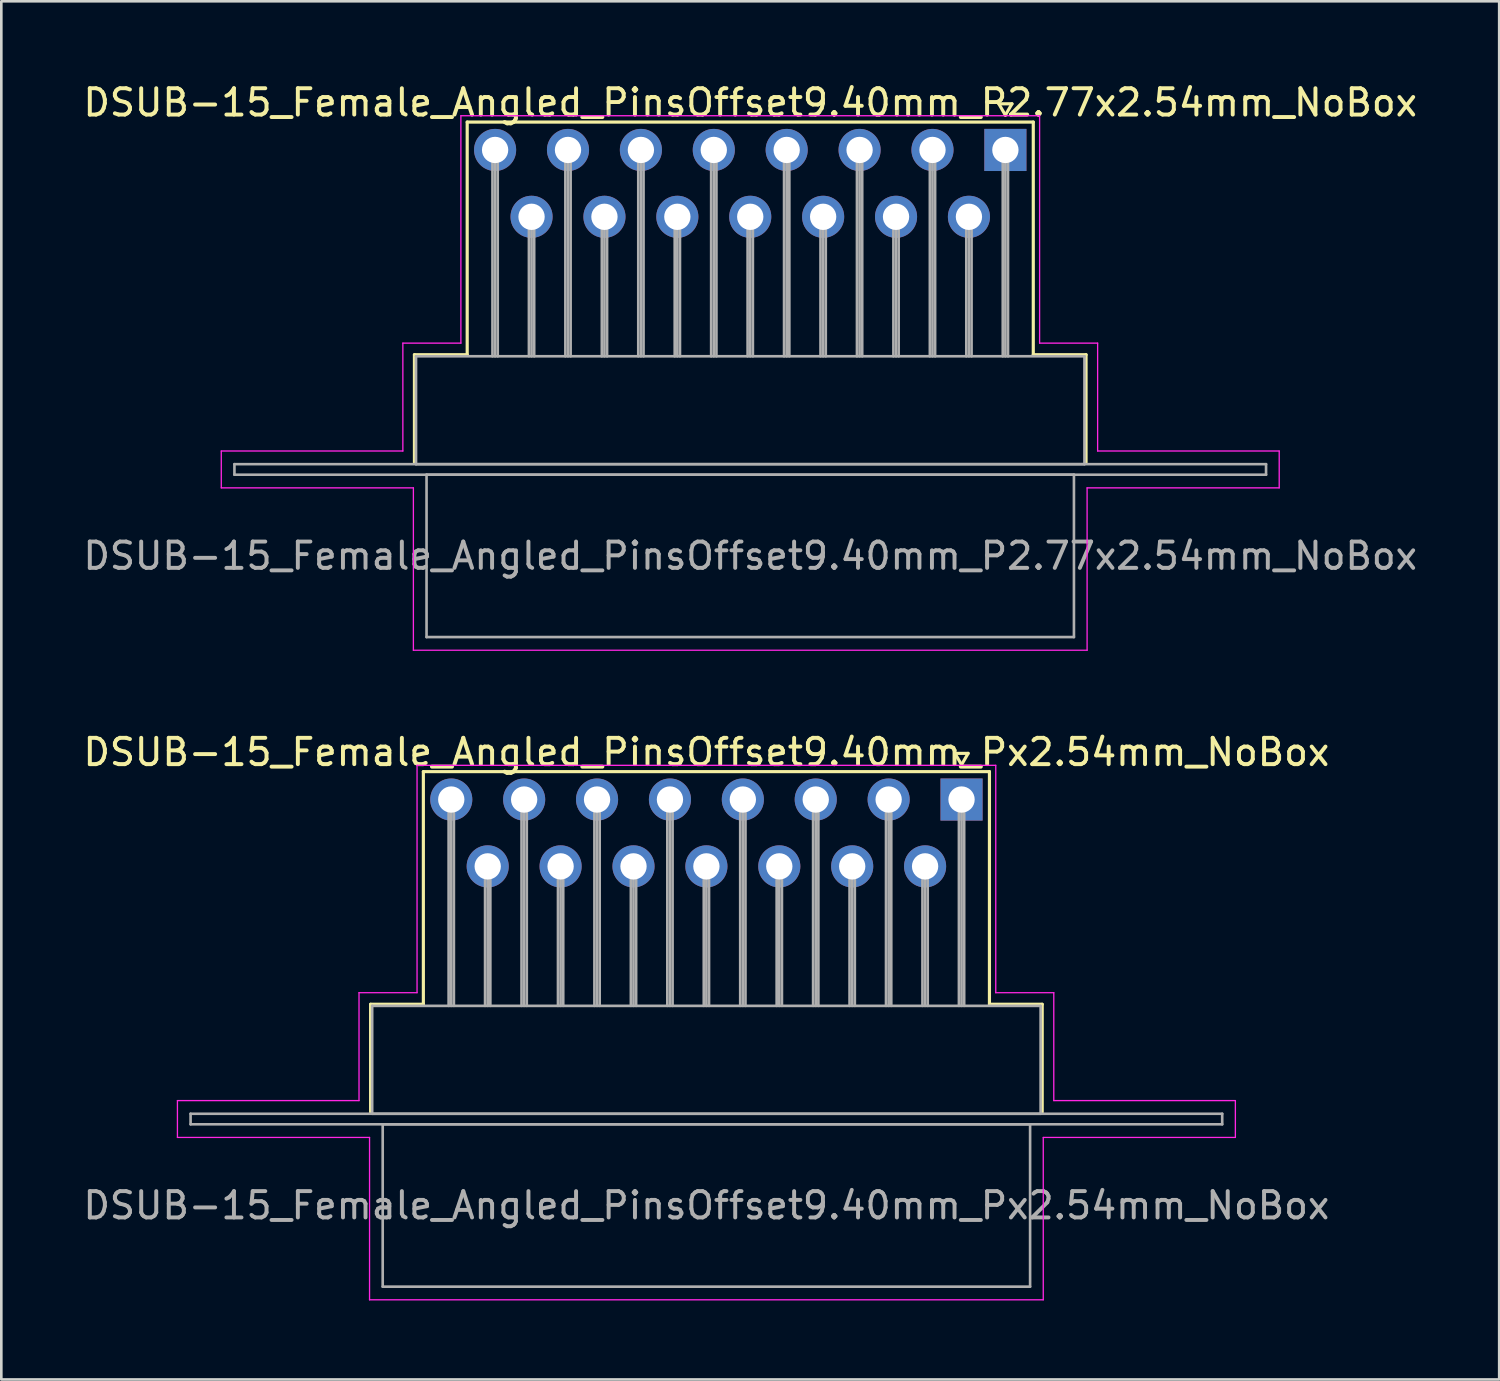
<source format=kicad_pcb>
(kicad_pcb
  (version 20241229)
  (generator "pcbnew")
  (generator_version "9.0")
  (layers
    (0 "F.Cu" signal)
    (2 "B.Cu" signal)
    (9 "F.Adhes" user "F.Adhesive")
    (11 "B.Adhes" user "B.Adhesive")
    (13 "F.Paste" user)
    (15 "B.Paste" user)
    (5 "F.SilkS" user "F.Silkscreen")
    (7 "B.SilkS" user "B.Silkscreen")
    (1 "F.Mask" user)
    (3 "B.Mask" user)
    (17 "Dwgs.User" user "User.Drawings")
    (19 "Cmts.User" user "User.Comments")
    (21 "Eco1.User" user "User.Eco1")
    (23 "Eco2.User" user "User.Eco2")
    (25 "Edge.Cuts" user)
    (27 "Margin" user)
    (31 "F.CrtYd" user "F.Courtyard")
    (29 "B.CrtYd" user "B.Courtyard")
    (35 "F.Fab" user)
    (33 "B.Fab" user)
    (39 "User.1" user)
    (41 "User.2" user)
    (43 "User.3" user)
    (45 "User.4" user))
  (footprint "DSUB-15_Female_Angled_PinsOffset9.40mm_P2.77x2.54mm_NoBox"
    (layer "F.Cu")
    (at 35.153 2.648)
    (property "Reference" "DSUB-15_Female_Angled_PinsOffset9.40mm_P2.77x2.54mm_NoBox" (at -9.695 -1.8 0) (layer "F.SilkS") (effects (font (size 1 1) (thickness 0.15))))
    (attr through_hole)
    (fp_line (start -22.455 7.78) (end -20.45 7.78) (stroke (width 0.12) (type solid)) (layer "F.SilkS"))
    (fp_line (start -22.455 11.88) (end -22.455 7.78) (stroke (width 0.12) (type solid)) (layer "F.SilkS"))
    (fp_line (start -20.45 -1.06) (end 1.06 -1.06) (stroke (width 0.12) (type solid)) (layer "F.SilkS"))
    (fp_line (start -20.45 7.78) (end -20.45 -1.06) (stroke (width 0.12) (type solid)) (layer "F.SilkS"))
    (fp_line (start -0.25 -1.754) (end 0.25 -1.754) (stroke (width 0.12) (type solid)) (layer "F.SilkS"))
    (fp_line (start 0 -1.321) (end -0.25 -1.754) (stroke (width 0.12) (type solid)) (layer "F.SilkS"))
    (fp_line (start 0.25 -1.754) (end 0 -1.321) (stroke (width 0.12) (type solid)) (layer "F.SilkS"))
    (fp_line (start 1.06 -1.06) (end 1.06 7.78) (stroke (width 0.12) (type solid)) (layer "F.SilkS"))
    (fp_line (start 1.06 7.78) (end 3.065 7.78) (stroke (width 0.12) (type solid)) (layer "F.SilkS"))
    (fp_line (start 3.065 7.78) (end 3.065 11.88) (stroke (width 0.12) (type solid)) (layer "F.SilkS"))
    (fp_line (start -29.795 11.44) (end -22.895 11.44) (stroke (width 0.05) (type solid)) (layer "F.CrtYd"))
    (fp_line (start -29.795 12.84) (end -29.795 11.44) (stroke (width 0.05) (type solid)) (layer "F.CrtYd"))
    (fp_line (start -22.895 7.34) (end -20.69 7.34) (stroke (width 0.05) (type solid)) (layer "F.CrtYd"))
    (fp_line (start -22.895 11.44) (end -22.895 7.34) (stroke (width 0.05) (type solid)) (layer "F.CrtYd"))
    (fp_line (start -22.495 12.84) (end -29.795 12.84) (stroke (width 0.05) (type solid)) (layer "F.CrtYd"))
    (fp_line (start -22.495 19.01) (end -22.495 12.84) (stroke (width 0.05) (type solid)) (layer "F.CrtYd"))
    (fp_line (start -20.69 -1.3) (end 1.3 -1.3) (stroke (width 0.05) (type solid)) (layer "F.CrtYd"))
    (fp_line (start -20.69 7.34) (end -20.69 -1.3) (stroke (width 0.05) (type solid)) (layer "F.CrtYd"))
    (fp_line (start 1.3 -1.3) (end 1.3 7.34) (stroke (width 0.05) (type solid)) (layer "F.CrtYd"))
    (fp_line (start 1.3 7.34) (end 3.505 7.34) (stroke (width 0.05) (type solid)) (layer "F.CrtYd"))
    (fp_line (start 3.105 12.84) (end 3.105 19.01) (stroke (width 0.05) (type solid)) (layer "F.CrtYd"))
    (fp_line (start 3.105 19.01) (end -22.495 19.01) (stroke (width 0.05) (type solid)) (layer "F.CrtYd"))
    (fp_line (start 3.505 7.34) (end 3.505 11.44) (stroke (width 0.05) (type solid)) (layer "F.CrtYd"))
    (fp_line (start 3.505 11.44) (end 10.405 11.44) (stroke (width 0.05) (type solid)) (layer "F.CrtYd"))
    (fp_line (start 10.405 11.44) (end 10.405 12.84) (stroke (width 0.05) (type solid)) (layer "F.CrtYd"))
    (fp_line (start 10.405 12.84) (end 3.105 12.84) (stroke (width 0.05) (type solid)) (layer "F.CrtYd"))
    (fp_line (start -29.295 11.94) (end -29.295 12.34) (stroke (width 0.1) (type solid)) (layer "F.Fab"))
    (fp_line (start -29.295 12.34) (end 9.905 12.34) (stroke (width 0.1) (type solid)) (layer "F.Fab"))
    (fp_line (start -22.395 7.84) (end -22.395 11.94) (stroke (width 0.1) (type solid)) (layer "F.Fab"))
    (fp_line (start -22.395 11.94) (end 3.005 11.94) (stroke (width 0.1) (type solid)) (layer "F.Fab"))
    (fp_line (start -21.995 12.34) (end -21.995 18.51) (stroke (width 0.1) (type solid)) (layer "F.Fab"))
    (fp_line (start -21.995 18.51) (end 2.605 18.51) (stroke (width 0.1) (type solid)) (layer "F.Fab"))
    (fp_line (start -19.49 0) (end -19.49 7.84) (stroke (width 0.1) (type solid)) (layer "F.Fab"))
    (fp_line (start -19.39 0) (end -19.39 7.84) (stroke (width 0.1) (type solid)) (layer "F.Fab"))
    (fp_line (start -19.29 0) (end -19.29 7.84) (stroke (width 0.1) (type solid)) (layer "F.Fab"))
    (fp_line (start -18.105 2.54) (end -18.105 7.84) (stroke (width 0.1) (type solid)) (layer "F.Fab"))
    (fp_line (start -18.005 2.54) (end -18.005 7.84) (stroke (width 0.1) (type solid)) (layer "F.Fab"))
    (fp_line (start -17.905 2.54) (end -17.905 7.84) (stroke (width 0.1) (type solid)) (layer "F.Fab"))
    (fp_line (start -16.72 0) (end -16.72 7.84) (stroke (width 0.1) (type solid)) (layer "F.Fab"))
    (fp_line (start -16.62 0) (end -16.62 7.84) (stroke (width 0.1) (type solid)) (layer "F.Fab"))
    (fp_line (start -16.52 0) (end -16.52 7.84) (stroke (width 0.1) (type solid)) (layer "F.Fab"))
    (fp_line (start -15.335 2.54) (end -15.335 7.84) (stroke (width 0.1) (type solid)) (layer "F.Fab"))
    (fp_line (start -15.235 2.54) (end -15.235 7.84) (stroke (width 0.1) (type solid)) (layer "F.Fab"))
    (fp_line (start -15.135 2.54) (end -15.135 7.84) (stroke (width 0.1) (type solid)) (layer "F.Fab"))
    (fp_line (start -13.95 0) (end -13.95 7.84) (stroke (width 0.1) (type solid)) (layer "F.Fab"))
    (fp_line (start -13.85 0) (end -13.85 7.84) (stroke (width 0.1) (type solid)) (layer "F.Fab"))
    (fp_line (start -13.75 0) (end -13.75 7.84) (stroke (width 0.1) (type solid)) (layer "F.Fab"))
    (fp_line (start -12.565 2.54) (end -12.565 7.84) (stroke (width 0.1) (type solid)) (layer "F.Fab"))
    (fp_line (start -12.465 2.54) (end -12.465 7.84) (stroke (width 0.1) (type solid)) (layer "F.Fab"))
    (fp_line (start -12.365 2.54) (end -12.365 7.84) (stroke (width 0.1) (type solid)) (layer "F.Fab"))
    (fp_line (start -11.18 0) (end -11.18 7.84) (stroke (width 0.1) (type solid)) (layer "F.Fab"))
    (fp_line (start -11.08 0) (end -11.08 7.84) (stroke (width 0.1) (type solid)) (layer "F.Fab"))
    (fp_line (start -10.98 0) (end -10.98 7.84) (stroke (width 0.1) (type solid)) (layer "F.Fab"))
    (fp_line (start -9.795 2.54) (end -9.795 7.84) (stroke (width 0.1) (type solid)) (layer "F.Fab"))
    (fp_line (start -9.695 2.54) (end -9.695 7.84) (stroke (width 0.1) (type solid)) (layer "F.Fab"))
    (fp_line (start -9.595 2.54) (end -9.595 7.84) (stroke (width 0.1) (type solid)) (layer "F.Fab"))
    (fp_line (start -8.41 0) (end -8.41 7.84) (stroke (width 0.1) (type solid)) (layer "F.Fab"))
    (fp_line (start -8.31 0) (end -8.31 7.84) (stroke (width 0.1) (type solid)) (layer "F.Fab"))
    (fp_line (start -8.21 0) (end -8.21 7.84) (stroke (width 0.1) (type solid)) (layer "F.Fab"))
    (fp_line (start -7.025 2.54) (end -7.025 7.84) (stroke (width 0.1) (type solid)) (layer "F.Fab"))
    (fp_line (start -6.925 2.54) (end -6.925 7.84) (stroke (width 0.1) (type solid)) (layer "F.Fab"))
    (fp_line (start -6.825 2.54) (end -6.825 7.84) (stroke (width 0.1) (type solid)) (layer "F.Fab"))
    (fp_line (start -5.64 0) (end -5.64 7.84) (stroke (width 0.1) (type solid)) (layer "F.Fab"))
    (fp_line (start -5.54 0) (end -5.54 7.84) (stroke (width 0.1) (type solid)) (layer "F.Fab"))
    (fp_line (start -5.44 0) (end -5.44 7.84) (stroke (width 0.1) (type solid)) (layer "F.Fab"))
    (fp_line (start -4.255 2.54) (end -4.255 7.84) (stroke (width 0.1) (type solid)) (layer "F.Fab"))
    (fp_line (start -4.155 2.54) (end -4.155 7.84) (stroke (width 0.1) (type solid)) (layer "F.Fab"))
    (fp_line (start -4.055 2.54) (end -4.055 7.84) (stroke (width 0.1) (type solid)) (layer "F.Fab"))
    (fp_line (start -2.87 0) (end -2.87 7.84) (stroke (width 0.1) (type solid)) (layer "F.Fab"))
    (fp_line (start -2.77 0) (end -2.77 7.84) (stroke (width 0.1) (type solid)) (layer "F.Fab"))
    (fp_line (start -2.67 0) (end -2.67 7.84) (stroke (width 0.1) (type solid)) (layer "F.Fab"))
    (fp_line (start -1.485 2.54) (end -1.485 7.84) (stroke (width 0.1) (type solid)) (layer "F.Fab"))
    (fp_line (start -1.385 2.54) (end -1.385 7.84) (stroke (width 0.1) (type solid)) (layer "F.Fab"))
    (fp_line (start -1.285 2.54) (end -1.285 7.84) (stroke (width 0.1) (type solid)) (layer "F.Fab"))
    (fp_line (start -0.1 0) (end -0.1 7.84) (stroke (width 0.1) (type solid)) (layer "F.Fab"))
    (fp_line (start 0 0) (end 0 7.84) (stroke (width 0.1) (type solid)) (layer "F.Fab"))
    (fp_line (start 0.1 0) (end 0.1 7.84) (stroke (width 0.1) (type solid)) (layer "F.Fab"))
    (fp_line (start 2.605 12.34) (end -21.995 12.34) (stroke (width 0.1) (type solid)) (layer "F.Fab"))
    (fp_line (start 2.605 18.51) (end 2.605 12.34) (stroke (width 0.1) (type solid)) (layer "F.Fab"))
    (fp_line (start 3.005 7.84) (end -22.395 7.84) (stroke (width 0.1) (type solid)) (layer "F.Fab"))
    (fp_line (start 3.005 11.94) (end 3.005 7.84) (stroke (width 0.1) (type solid)) (layer "F.Fab"))
    (fp_line (start 9.905 11.94) (end -29.295 11.94) (stroke (width 0.1) (type solid)) (layer "F.Fab"))
    (fp_line (start 9.905 12.34) (end 9.905 11.94) (stroke (width 0.1) (type solid)) (layer "F.Fab"))
    (fp_text user "${REFERENCE}" (at -9.695 15.425 0) (layer "F.Fab") (effects (font (size 1 1) (thickness 0.15))))
    (pad "1" thru_hole rect (at 0 0) (size 1.6 1.6) (drill 1) (layers "*.Cu" "*.Mask"))
    (pad "2" thru_hole circle (at -2.77 0) (size 1.6 1.6) (drill 1) (layers "*.Cu" "*.Mask"))
    (pad "3" thru_hole circle (at -5.54 0) (size 1.6 1.6) (drill 1) (layers "*.Cu" "*.Mask"))
    (pad "4" thru_hole circle (at -8.31 0) (size 1.6 1.6) (drill 1) (layers "*.Cu" "*.Mask"))
    (pad "5" thru_hole circle (at -11.08 0) (size 1.6 1.6) (drill 1) (layers "*.Cu" "*.Mask"))
    (pad "6" thru_hole circle (at -13.85 0) (size 1.6 1.6) (drill 1) (layers "*.Cu" "*.Mask"))
    (pad "7" thru_hole circle (at -16.62 0) (size 1.6 1.6) (drill 1) (layers "*.Cu" "*.Mask"))
    (pad "8" thru_hole circle (at -19.39 0) (size 1.6 1.6) (drill 1) (layers "*.Cu" "*.Mask"))
    (pad "9" thru_hole circle (at -1.385 2.54) (size 1.6 1.6) (drill 1) (layers "*.Cu" "*.Mask"))
    (pad "10" thru_hole circle (at -4.155 2.54) (size 1.6 1.6) (drill 1) (layers "*.Cu" "*.Mask"))
    (pad "11" thru_hole circle (at -6.925 2.54) (size 1.6 1.6) (drill 1) (layers "*.Cu" "*.Mask"))
    (pad "12" thru_hole circle (at -9.695 2.54) (size 1.6 1.6) (drill 1) (layers "*.Cu" "*.Mask"))
    (pad "13" thru_hole circle (at -12.465 2.54) (size 1.6 1.6) (drill 1) (layers "*.Cu" "*.Mask"))
    (pad "14" thru_hole circle (at -15.235 2.54) (size 1.6 1.6) (drill 1) (layers "*.Cu" "*.Mask"))
    (pad "15" thru_hole circle (at -18.005 2.54) (size 1.6 1.6) (drill 1) (layers "*.Cu" "*.Mask")))
  (footprint "DSUB-15_Female_Angled_PinsOffset9.40mm_Px2.54mm_NoBox"
    (layer "F.Cu")
    (at 33.487 27.331)
    (property "Reference" "DSUB-15_Female_Angled_PinsOffset9.40mm_Px2.54mm_NoBox" (at -9.695 -1.8 0) (layer "F.SilkS") (effects (font (size 1 1) (thickness 0.15))))
    (attr through_hole)
    (fp_line (start -22.455 7.78) (end -20.45 7.78) (stroke (width 0.12) (type solid)) (layer "F.SilkS"))
    (fp_line (start -22.455 11.88) (end -22.455 7.78) (stroke (width 0.12) (type solid)) (layer "F.SilkS"))
    (fp_line (start -20.45 -1.06) (end 1.06 -1.06) (stroke (width 0.12) (type solid)) (layer "F.SilkS"))
    (fp_line (start -20.45 7.78) (end -20.45 -1.06) (stroke (width 0.12) (type solid)) (layer "F.SilkS"))
    (fp_line (start -0.25 -1.754) (end 0.25 -1.754) (stroke (width 0.12) (type solid)) (layer "F.SilkS"))
    (fp_line (start 0 -1.321) (end -0.25 -1.754) (stroke (width 0.12) (type solid)) (layer "F.SilkS"))
    (fp_line (start 0.25 -1.754) (end 0 -1.321) (stroke (width 0.12) (type solid)) (layer "F.SilkS"))
    (fp_line (start 1.06 -1.06) (end 1.06 7.78) (stroke (width 0.12) (type solid)) (layer "F.SilkS"))
    (fp_line (start 1.06 7.78) (end 3.065 7.78) (stroke (width 0.12) (type solid)) (layer "F.SilkS"))
    (fp_line (start 3.065 7.78) (end 3.065 11.88) (stroke (width 0.12) (type solid)) (layer "F.SilkS"))
    (fp_line (start -29.795 11.44) (end -22.895 11.44) (stroke (width 0.05) (type solid)) (layer "F.CrtYd"))
    (fp_line (start -29.795 12.84) (end -29.795 11.44) (stroke (width 0.05) (type solid)) (layer "F.CrtYd"))
    (fp_line (start -22.895 7.34) (end -20.69 7.34) (stroke (width 0.05) (type solid)) (layer "F.CrtYd"))
    (fp_line (start -22.895 11.44) (end -22.895 7.34) (stroke (width 0.05) (type solid)) (layer "F.CrtYd"))
    (fp_line (start -22.495 12.84) (end -29.795 12.84) (stroke (width 0.05) (type solid)) (layer "F.CrtYd"))
    (fp_line (start -22.495 19.01) (end -22.495 12.84) (stroke (width 0.05) (type solid)) (layer "F.CrtYd"))
    (fp_line (start -20.69 -1.3) (end 1.3 -1.3) (stroke (width 0.05) (type solid)) (layer "F.CrtYd"))
    (fp_line (start -20.69 7.34) (end -20.69 -1.3) (stroke (width 0.05) (type solid)) (layer "F.CrtYd"))
    (fp_line (start 1.3 -1.3) (end 1.3 7.34) (stroke (width 0.05) (type solid)) (layer "F.CrtYd"))
    (fp_line (start 1.3 7.34) (end 3.505 7.34) (stroke (width 0.05) (type solid)) (layer "F.CrtYd"))
    (fp_line (start 3.105 12.84) (end 3.105 19.01) (stroke (width 0.05) (type solid)) (layer "F.CrtYd"))
    (fp_line (start 3.105 19.01) (end -22.495 19.01) (stroke (width 0.05) (type solid)) (layer "F.CrtYd"))
    (fp_line (start 3.505 7.34) (end 3.505 11.44) (stroke (width 0.05) (type solid)) (layer "F.CrtYd"))
    (fp_line (start 3.505 11.44) (end 10.405 11.44) (stroke (width 0.05) (type solid)) (layer "F.CrtYd"))
    (fp_line (start 10.405 11.44) (end 10.405 12.84) (stroke (width 0.05) (type solid)) (layer "F.CrtYd"))
    (fp_line (start 10.405 12.84) (end 3.105 12.84) (stroke (width 0.05) (type solid)) (layer "F.CrtYd"))
    (fp_line (start -29.295 11.94) (end -29.295 12.34) (stroke (width 0.1) (type solid)) (layer "F.Fab"))
    (fp_line (start -29.295 12.34) (end 9.905 12.34) (stroke (width 0.1) (type solid)) (layer "F.Fab"))
    (fp_line (start -22.395 7.84) (end -22.395 11.94) (stroke (width 0.1) (type solid)) (layer "F.Fab"))
    (fp_line (start -22.395 11.94) (end 3.005 11.94) (stroke (width 0.1) (type solid)) (layer "F.Fab"))
    (fp_line (start -21.995 12.34) (end -21.995 18.51) (stroke (width 0.1) (type solid)) (layer "F.Fab"))
    (fp_line (start -21.995 18.51) (end 2.605 18.51) (stroke (width 0.1) (type solid)) (layer "F.Fab"))
    (fp_line (start -19.49 0) (end -19.49 7.84) (stroke (width 0.1) (type solid)) (layer "F.Fab"))
    (fp_line (start -19.39 0) (end -19.39 7.84) (stroke (width 0.1) (type solid)) (layer "F.Fab"))
    (fp_line (start -19.29 0) (end -19.29 7.84) (stroke (width 0.1) (type solid)) (layer "F.Fab"))
    (fp_line (start -18.105 2.54) (end -18.105 7.84) (stroke (width 0.1) (type solid)) (layer "F.Fab"))
    (fp_line (start -18.005 2.54) (end -18.005 7.84) (stroke (width 0.1) (type solid)) (layer "F.Fab"))
    (fp_line (start -17.905 2.54) (end -17.905 7.84) (stroke (width 0.1) (type solid)) (layer "F.Fab"))
    (fp_line (start -16.72 0) (end -16.72 7.84) (stroke (width 0.1) (type solid)) (layer "F.Fab"))
    (fp_line (start -16.62 0) (end -16.62 7.84) (stroke (width 0.1) (type solid)) (layer "F.Fab"))
    (fp_line (start -16.52 0) (end -16.52 7.84) (stroke (width 0.1) (type solid)) (layer "F.Fab"))
    (fp_line (start -15.335 2.54) (end -15.335 7.84) (stroke (width 0.1) (type solid)) (layer "F.Fab"))
    (fp_line (start -15.235 2.54) (end -15.235 7.84) (stroke (width 0.1) (type solid)) (layer "F.Fab"))
    (fp_line (start -15.135 2.54) (end -15.135 7.84) (stroke (width 0.1) (type solid)) (layer "F.Fab"))
    (fp_line (start -13.95 0) (end -13.95 7.84) (stroke (width 0.1) (type solid)) (layer "F.Fab"))
    (fp_line (start -13.85 0) (end -13.85 7.84) (stroke (width 0.1) (type solid)) (layer "F.Fab"))
    (fp_line (start -13.75 0) (end -13.75 7.84) (stroke (width 0.1) (type solid)) (layer "F.Fab"))
    (fp_line (start -12.565 2.54) (end -12.565 7.84) (stroke (width 0.1) (type solid)) (layer "F.Fab"))
    (fp_line (start -12.465 2.54) (end -12.465 7.84) (stroke (width 0.1) (type solid)) (layer "F.Fab"))
    (fp_line (start -12.365 2.54) (end -12.365 7.84) (stroke (width 0.1) (type solid)) (layer "F.Fab"))
    (fp_line (start -11.18 0) (end -11.18 7.84) (stroke (width 0.1) (type solid)) (layer "F.Fab"))
    (fp_line (start -11.08 0) (end -11.08 7.84) (stroke (width 0.1) (type solid)) (layer "F.Fab"))
    (fp_line (start -10.98 0) (end -10.98 7.84) (stroke (width 0.1) (type solid)) (layer "F.Fab"))
    (fp_line (start -9.795 2.54) (end -9.795 7.84) (stroke (width 0.1) (type solid)) (layer "F.Fab"))
    (fp_line (start -9.695 2.54) (end -9.695 7.84) (stroke (width 0.1) (type solid)) (layer "F.Fab"))
    (fp_line (start -9.595 2.54) (end -9.595 7.84) (stroke (width 0.1) (type solid)) (layer "F.Fab"))
    (fp_line (start -8.41 0) (end -8.41 7.84) (stroke (width 0.1) (type solid)) (layer "F.Fab"))
    (fp_line (start -8.31 0) (end -8.31 7.84) (stroke (width 0.1) (type solid)) (layer "F.Fab"))
    (fp_line (start -8.21 0) (end -8.21 7.84) (stroke (width 0.1) (type solid)) (layer "F.Fab"))
    (fp_line (start -7.025 2.54) (end -7.025 7.84) (stroke (width 0.1) (type solid)) (layer "F.Fab"))
    (fp_line (start -6.925 2.54) (end -6.925 7.84) (stroke (width 0.1) (type solid)) (layer "F.Fab"))
    (fp_line (start -6.825 2.54) (end -6.825 7.84) (stroke (width 0.1) (type solid)) (layer "F.Fab"))
    (fp_line (start -5.64 0) (end -5.64 7.84) (stroke (width 0.1) (type solid)) (layer "F.Fab"))
    (fp_line (start -5.54 0) (end -5.54 7.84) (stroke (width 0.1) (type solid)) (layer "F.Fab"))
    (fp_line (start -5.44 0) (end -5.44 7.84) (stroke (width 0.1) (type solid)) (layer "F.Fab"))
    (fp_line (start -4.255 2.54) (end -4.255 7.84) (stroke (width 0.1) (type solid)) (layer "F.Fab"))
    (fp_line (start -4.155 2.54) (end -4.155 7.84) (stroke (width 0.1) (type solid)) (layer "F.Fab"))
    (fp_line (start -4.055 2.54) (end -4.055 7.84) (stroke (width 0.1) (type solid)) (layer "F.Fab"))
    (fp_line (start -2.87 0) (end -2.87 7.84) (stroke (width 0.1) (type solid)) (layer "F.Fab"))
    (fp_line (start -2.77 0) (end -2.77 7.84) (stroke (width 0.1) (type solid)) (layer "F.Fab"))
    (fp_line (start -2.67 0) (end -2.67 7.84) (stroke (width 0.1) (type solid)) (layer "F.Fab"))
    (fp_line (start -1.485 2.54) (end -1.485 7.84) (stroke (width 0.1) (type solid)) (layer "F.Fab"))
    (fp_line (start -1.385 2.54) (end -1.385 7.84) (stroke (width 0.1) (type solid)) (layer "F.Fab"))
    (fp_line (start -1.285 2.54) (end -1.285 7.84) (stroke (width 0.1) (type solid)) (layer "F.Fab"))
    (fp_line (start -0.1 0) (end -0.1 7.84) (stroke (width 0.1) (type solid)) (layer "F.Fab"))
    (fp_line (start 0 0) (end 0 7.84) (stroke (width 0.1) (type solid)) (layer "F.Fab"))
    (fp_line (start 0.1 0) (end 0.1 7.84) (stroke (width 0.1) (type solid)) (layer "F.Fab"))
    (fp_line (start 2.605 12.34) (end -21.995 12.34) (stroke (width 0.1) (type solid)) (layer "F.Fab"))
    (fp_line (start 2.605 18.51) (end 2.605 12.34) (stroke (width 0.1) (type solid)) (layer "F.Fab"))
    (fp_line (start 3.005 7.84) (end -22.395 7.84) (stroke (width 0.1) (type solid)) (layer "F.Fab"))
    (fp_line (start 3.005 11.94) (end 3.005 7.84) (stroke (width 0.1) (type solid)) (layer "F.Fab"))
    (fp_line (start 9.905 11.94) (end -29.295 11.94) (stroke (width 0.1) (type solid)) (layer "F.Fab"))
    (fp_line (start 9.905 12.34) (end 9.905 11.94) (stroke (width 0.1) (type solid)) (layer "F.Fab"))
    (fp_text user "${REFERENCE}" (at -9.695 15.425 0) (layer "F.Fab") (effects (font (size 1 1) (thickness 0.15))))
    (pad "1" thru_hole rect (at 0 0) (size 1.6 1.6) (drill 1) (layers "*.Cu" "*.Mask"))
    (pad "2" thru_hole circle (at -2.77 0) (size 1.6 1.6) (drill 1) (layers "*.Cu" "*.Mask"))
    (pad "3" thru_hole circle (at -5.54 0) (size 1.6 1.6) (drill 1) (layers "*.Cu" "*.Mask"))
    (pad "4" thru_hole circle (at -8.31 0) (size 1.6 1.6) (drill 1) (layers "*.Cu" "*.Mask"))
    (pad "5" thru_hole circle (at -11.08 0) (size 1.6 1.6) (drill 1) (layers "*.Cu" "*.Mask"))
    (pad "6" thru_hole circle (at -13.85 0) (size 1.6 1.6) (drill 1) (layers "*.Cu" "*.Mask"))
    (pad "7" thru_hole circle (at -16.62 0) (size 1.6 1.6) (drill 1) (layers "*.Cu" "*.Mask"))
    (pad "8" thru_hole circle (at -19.39 0) (size 1.6 1.6) (drill 1) (layers "*.Cu" "*.Mask"))
    (pad "9" thru_hole circle (at -1.385 2.54) (size 1.6 1.6) (drill 1) (layers "*.Cu" "*.Mask"))
    (pad "10" thru_hole circle (at -4.155 2.54) (size 1.6 1.6) (drill 1) (layers "*.Cu" "*.Mask"))
    (pad "11" thru_hole circle (at -6.925 2.54) (size 1.6 1.6) (drill 1) (layers "*.Cu" "*.Mask"))
    (pad "12" thru_hole circle (at -9.695 2.54) (size 1.6 1.6) (drill 1) (layers "*.Cu" "*.Mask"))
    (pad "13" thru_hole circle (at -12.465 2.54) (size 1.6 1.6) (drill 1) (layers "*.Cu" "*.Mask"))
    (pad "14" thru_hole circle (at -15.235 2.54) (size 1.6 1.6) (drill 1) (layers "*.Cu" "*.Mask"))
    (pad "15" thru_hole circle (at -18.005 2.54) (size 1.6 1.6) (drill 1) (layers "*.Cu" "*.Mask")))
  (gr_rect
    (start -3 -3)
    (end 53.917 49.367)
    (stroke (width 0.1) (type default))
    (fill no)
    (layer "Edge.Cuts")))
</source>
